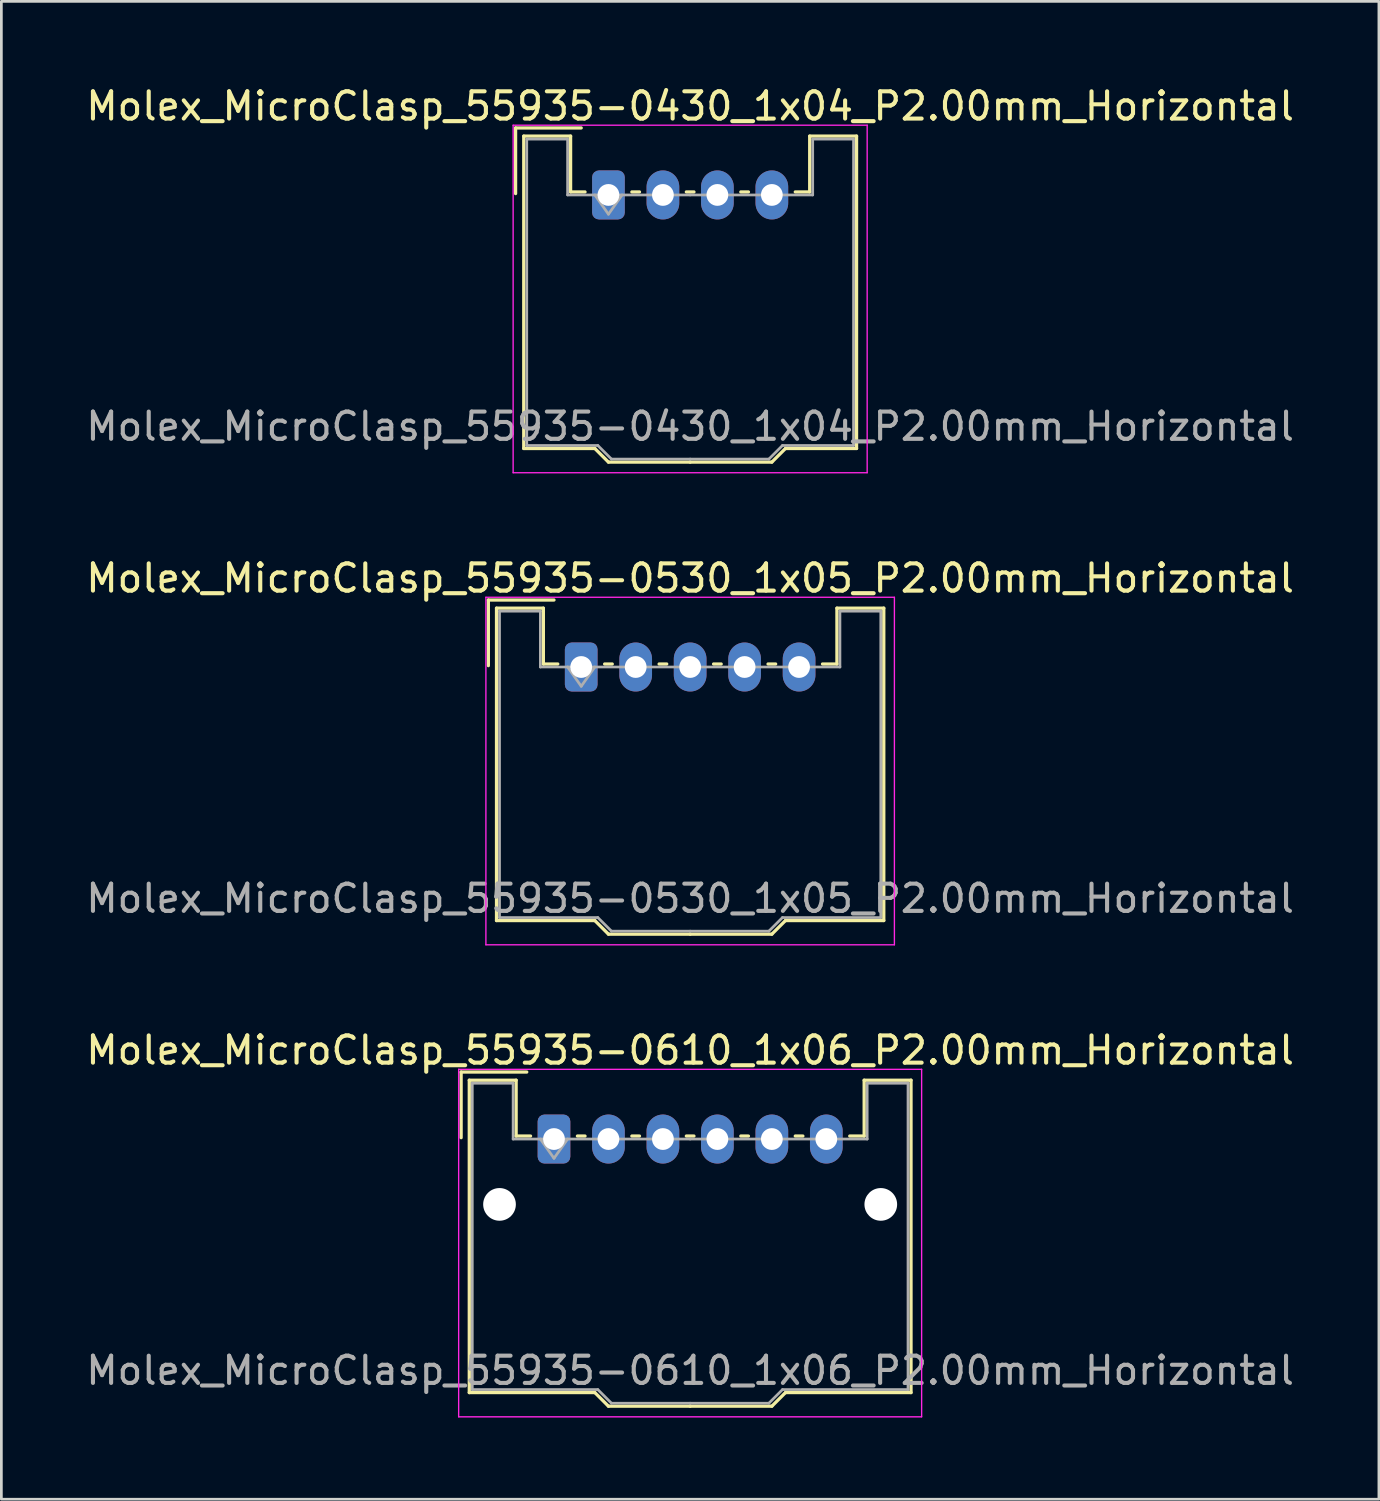
<source format=kicad_pcb>
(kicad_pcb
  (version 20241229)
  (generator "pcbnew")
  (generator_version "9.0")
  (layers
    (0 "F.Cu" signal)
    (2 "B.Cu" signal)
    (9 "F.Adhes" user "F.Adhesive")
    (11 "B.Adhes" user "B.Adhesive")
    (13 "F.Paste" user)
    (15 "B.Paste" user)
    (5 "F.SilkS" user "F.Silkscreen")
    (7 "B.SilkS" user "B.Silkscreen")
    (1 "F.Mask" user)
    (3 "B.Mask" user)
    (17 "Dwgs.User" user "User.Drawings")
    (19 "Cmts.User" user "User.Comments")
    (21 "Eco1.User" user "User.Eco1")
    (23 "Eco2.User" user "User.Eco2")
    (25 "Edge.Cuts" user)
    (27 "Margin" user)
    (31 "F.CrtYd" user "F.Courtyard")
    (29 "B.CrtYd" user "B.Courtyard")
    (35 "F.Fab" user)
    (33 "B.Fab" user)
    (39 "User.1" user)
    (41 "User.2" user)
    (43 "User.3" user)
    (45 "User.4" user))
  (footprint "Molex_MicroClasp_55935-0530_1x05_P2.00mm_Horizontal"
    (layer "F.Cu")
    (at 18.292 21.442)
    (property "Reference" "Molex_MicroClasp_55935-0530_1x05_P2.00mm_Horizontal" (at 4 -3.26 0) (layer "F.SilkS") (effects (font (size 1 1) (thickness 0.15))))
    (attr through_hole)
    (fp_line (start -3.41 -2.46) (end -1 -2.46) (stroke (width 0.12) (type solid)) (layer "F.SilkS"))
    (fp_line (start -3.41 -0.05) (end -3.41 -2.46) (stroke (width 0.12) (type solid)) (layer "F.SilkS"))
    (fp_line (start -3.11 -2.16) (end -1.39 -2.16) (stroke (width 0.12) (type solid)) (layer "F.SilkS"))
    (fp_line (start -3.11 9.31) (end -3.11 -2.16) (stroke (width 0.12) (type solid)) (layer "F.SilkS"))
    (fp_line (start -1.39 -2.16) (end -1.39 -0.11) (stroke (width 0.12) (type solid)) (layer "F.SilkS"))
    (fp_line (start -1.39 -0.11) (end -0.86 -0.11) (stroke (width 0.12) (type solid)) (layer "F.SilkS"))
    (fp_line (start 0.5 9.31) (end -3.11 9.31) (stroke (width 0.12) (type solid)) (layer "F.SilkS"))
    (fp_line (start 0.86 -0.11) (end 1.14 -0.11) (stroke (width 0.12) (type solid)) (layer "F.SilkS"))
    (fp_line (start 1 9.81) (end 0.5 9.31) (stroke (width 0.12) (type solid)) (layer "F.SilkS"))
    (fp_line (start 2.86 -0.11) (end 3.14 -0.11) (stroke (width 0.12) (type solid)) (layer "F.SilkS"))
    (fp_line (start 4 9.81) (end 1 9.81) (stroke (width 0.12) (type solid)) (layer "F.SilkS"))
    (fp_line (start 4 9.81) (end 7 9.81) (stroke (width 0.12) (type solid)) (layer "F.SilkS"))
    (fp_line (start 4.86 -0.11) (end 5.14 -0.11) (stroke (width 0.12) (type solid)) (layer "F.SilkS"))
    (fp_line (start 6.86 -0.11) (end 7.14 -0.11) (stroke (width 0.12) (type solid)) (layer "F.SilkS"))
    (fp_line (start 7 9.81) (end 7.5 9.31) (stroke (width 0.12) (type solid)) (layer "F.SilkS"))
    (fp_line (start 7.5 9.31) (end 11.11 9.31) (stroke (width 0.12) (type solid)) (layer "F.SilkS"))
    (fp_line (start 9.39 -2.16) (end 9.39 -0.11) (stroke (width 0.12) (type solid)) (layer "F.SilkS"))
    (fp_line (start 9.39 -0.11) (end 8.86 -0.11) (stroke (width 0.12) (type solid)) (layer "F.SilkS"))
    (fp_line (start 11.11 -2.16) (end 9.39 -2.16) (stroke (width 0.12) (type solid)) (layer "F.SilkS"))
    (fp_line (start 11.11 9.31) (end 11.11 -2.16) (stroke (width 0.12) (type solid)) (layer "F.SilkS"))
    (fp_line (start -3.5 -2.56) (end -3.5 10.2) (stroke (width 0.05) (type solid)) (layer "F.CrtYd"))
    (fp_line (start -3.5 10.2) (end 11.5 10.2) (stroke (width 0.05) (type solid)) (layer "F.CrtYd"))
    (fp_line (start 11.5 -2.56) (end -3.5 -2.56) (stroke (width 0.05) (type solid)) (layer "F.CrtYd"))
    (fp_line (start 11.5 10.2) (end 11.5 -2.56) (stroke (width 0.05) (type solid)) (layer "F.CrtYd"))
    (fp_line (start -3 -2.05) (end -1.5 -2.05) (stroke (width 0.1) (type solid)) (layer "F.Fab"))
    (fp_line (start -3 9.2) (end -3 -2.05) (stroke (width 0.1) (type solid)) (layer "F.Fab"))
    (fp_line (start -1.5 -2.05) (end -1.5 0) (stroke (width 0.1) (type solid)) (layer "F.Fab"))
    (fp_line (start -1.5 0) (end 4 0) (stroke (width 0.1) (type solid)) (layer "F.Fab"))
    (fp_line (start -0.5 0) (end 0 0.707) (stroke (width 0.1) (type solid)) (layer "F.Fab"))
    (fp_line (start 0 0.707) (end 0.5 0) (stroke (width 0.1) (type solid)) (layer "F.Fab"))
    (fp_line (start 0.61 9.2) (end -3 9.2) (stroke (width 0.1) (type solid)) (layer "F.Fab"))
    (fp_line (start 1.11 9.7) (end 0.61 9.2) (stroke (width 0.1) (type solid)) (layer "F.Fab"))
    (fp_line (start 4 9.7) (end 1.11 9.7) (stroke (width 0.1) (type solid)) (layer "F.Fab"))
    (fp_line (start 4 9.7) (end 6.89 9.7) (stroke (width 0.1) (type solid)) (layer "F.Fab"))
    (fp_line (start 6.89 9.7) (end 7.39 9.2) (stroke (width 0.1) (type solid)) (layer "F.Fab"))
    (fp_line (start 7.39 9.2) (end 11 9.2) (stroke (width 0.1) (type solid)) (layer "F.Fab"))
    (fp_line (start 9.5 -2.05) (end 9.5 0) (stroke (width 0.1) (type solid)) (layer "F.Fab"))
    (fp_line (start 9.5 0) (end 4 0) (stroke (width 0.1) (type solid)) (layer "F.Fab"))
    (fp_line (start 11 -2.05) (end 9.5 -2.05) (stroke (width 0.1) (type solid)) (layer "F.Fab"))
    (fp_line (start 11 9.2) (end 11 -2.05) (stroke (width 0.1) (type solid)) (layer "F.Fab"))
    (fp_text user "${REFERENCE}" (at 4 8.5 0) (layer "F.Fab") (effects (font (size 1 1) (thickness 0.15))))
    (pad "1" thru_hole roundrect (at 0 0) (size 1.2 1.8) (drill 0.8) (layers "*.Cu" "*.Mask") (roundrect_rratio 0.208))
    (pad "2" thru_hole oval (at 2 0) (size 1.2 1.8) (drill 0.8) (layers "*.Cu" "*.Mask"))
    (pad "3" thru_hole oval (at 4 0) (size 1.2 1.8) (drill 0.8) (layers "*.Cu" "*.Mask"))
    (pad "4" thru_hole oval (at 6 0) (size 1.2 1.8) (drill 0.8) (layers "*.Cu" "*.Mask"))
    (pad "5" thru_hole oval (at 8 0) (size 1.2 1.8) (drill 0.8) (layers "*.Cu" "*.Mask")))
  (footprint "Molex_MicroClasp_55935-0430_1x04_P2.00mm_Horizontal"
    (layer "F.Cu")
    (at 19.292 4.108)
    (property "Reference" "Molex_MicroClasp_55935-0430_1x04_P2.00mm_Horizontal" (at 3 -3.26 0) (layer "F.SilkS") (effects (font (size 1 1) (thickness 0.15))))
    (attr through_hole)
    (fp_line (start -3.41 -2.46) (end -1 -2.46) (stroke (width 0.12) (type solid)) (layer "F.SilkS"))
    (fp_line (start -3.41 -0.05) (end -3.41 -2.46) (stroke (width 0.12) (type solid)) (layer "F.SilkS"))
    (fp_line (start -3.11 -2.16) (end -1.39 -2.16) (stroke (width 0.12) (type solid)) (layer "F.SilkS"))
    (fp_line (start -3.11 9.31) (end -3.11 -2.16) (stroke (width 0.12) (type solid)) (layer "F.SilkS"))
    (fp_line (start -1.39 -2.16) (end -1.39 -0.11) (stroke (width 0.12) (type solid)) (layer "F.SilkS"))
    (fp_line (start -1.39 -0.11) (end -0.86 -0.11) (stroke (width 0.12) (type solid)) (layer "F.SilkS"))
    (fp_line (start -0.5 9.31) (end -3.11 9.31) (stroke (width 0.12) (type solid)) (layer "F.SilkS"))
    (fp_line (start 0 9.81) (end -0.5 9.31) (stroke (width 0.12) (type solid)) (layer "F.SilkS"))
    (fp_line (start 0.86 -0.11) (end 1.14 -0.11) (stroke (width 0.12) (type solid)) (layer "F.SilkS"))
    (fp_line (start 2.86 -0.11) (end 3.14 -0.11) (stroke (width 0.12) (type solid)) (layer "F.SilkS"))
    (fp_line (start 3 9.81) (end 0 9.81) (stroke (width 0.12) (type solid)) (layer "F.SilkS"))
    (fp_line (start 3 9.81) (end 6 9.81) (stroke (width 0.12) (type solid)) (layer "F.SilkS"))
    (fp_line (start 4.86 -0.11) (end 5.14 -0.11) (stroke (width 0.12) (type solid)) (layer "F.SilkS"))
    (fp_line (start 6 9.81) (end 6.5 9.31) (stroke (width 0.12) (type solid)) (layer "F.SilkS"))
    (fp_line (start 6.5 9.31) (end 9.11 9.31) (stroke (width 0.12) (type solid)) (layer "F.SilkS"))
    (fp_line (start 7.39 -2.16) (end 7.39 -0.11) (stroke (width 0.12) (type solid)) (layer "F.SilkS"))
    (fp_line (start 7.39 -0.11) (end 6.86 -0.11) (stroke (width 0.12) (type solid)) (layer "F.SilkS"))
    (fp_line (start 9.11 -2.16) (end 7.39 -2.16) (stroke (width 0.12) (type solid)) (layer "F.SilkS"))
    (fp_line (start 9.11 9.31) (end 9.11 -2.16) (stroke (width 0.12) (type solid)) (layer "F.SilkS"))
    (fp_line (start -3.5 -2.56) (end -3.5 10.2) (stroke (width 0.05) (type solid)) (layer "F.CrtYd"))
    (fp_line (start -3.5 10.2) (end 9.5 10.2) (stroke (width 0.05) (type solid)) (layer "F.CrtYd"))
    (fp_line (start 9.5 -2.56) (end -3.5 -2.56) (stroke (width 0.05) (type solid)) (layer "F.CrtYd"))
    (fp_line (start 9.5 10.2) (end 9.5 -2.56) (stroke (width 0.05) (type solid)) (layer "F.CrtYd"))
    (fp_line (start -3 -2.05) (end -1.5 -2.05) (stroke (width 0.1) (type solid)) (layer "F.Fab"))
    (fp_line (start -3 9.2) (end -3 -2.05) (stroke (width 0.1) (type solid)) (layer "F.Fab"))
    (fp_line (start -1.5 -2.05) (end -1.5 0) (stroke (width 0.1) (type solid)) (layer "F.Fab"))
    (fp_line (start -1.5 0) (end 3 0) (stroke (width 0.1) (type solid)) (layer "F.Fab"))
    (fp_line (start -0.5 0) (end 0 0.707) (stroke (width 0.1) (type solid)) (layer "F.Fab"))
    (fp_line (start -0.39 9.2) (end -3 9.2) (stroke (width 0.1) (type solid)) (layer "F.Fab"))
    (fp_line (start 0 0.707) (end 0.5 0) (stroke (width 0.1) (type solid)) (layer "F.Fab"))
    (fp_line (start 0.11 9.7) (end -0.39 9.2) (stroke (width 0.1) (type solid)) (layer "F.Fab"))
    (fp_line (start 3 9.7) (end 0.11 9.7) (stroke (width 0.1) (type solid)) (layer "F.Fab"))
    (fp_line (start 3 9.7) (end 5.89 9.7) (stroke (width 0.1) (type solid)) (layer "F.Fab"))
    (fp_line (start 5.89 9.7) (end 6.39 9.2) (stroke (width 0.1) (type solid)) (layer "F.Fab"))
    (fp_line (start 6.39 9.2) (end 9 9.2) (stroke (width 0.1) (type solid)) (layer "F.Fab"))
    (fp_line (start 7.5 -2.05) (end 7.5 0) (stroke (width 0.1) (type solid)) (layer "F.Fab"))
    (fp_line (start 7.5 0) (end 3 0) (stroke (width 0.1) (type solid)) (layer "F.Fab"))
    (fp_line (start 9 -2.05) (end 7.5 -2.05) (stroke (width 0.1) (type solid)) (layer "F.Fab"))
    (fp_line (start 9 9.2) (end 9 -2.05) (stroke (width 0.1) (type solid)) (layer "F.Fab"))
    (fp_text user "${REFERENCE}" (at 3 8.5 0) (layer "F.Fab") (effects (font (size 1 1) (thickness 0.15))))
    (pad "1" thru_hole roundrect (at 0 0) (size 1.2 1.8) (drill 0.8) (layers "*.Cu" "*.Mask") (roundrect_rratio 0.208))
    (pad "2" thru_hole oval (at 2 0) (size 1.2 1.8) (drill 0.8) (layers "*.Cu" "*.Mask"))
    (pad "3" thru_hole oval (at 4 0) (size 1.2 1.8) (drill 0.8) (layers "*.Cu" "*.Mask"))
    (pad "4" thru_hole oval (at 6 0) (size 1.2 1.8) (drill 0.8) (layers "*.Cu" "*.Mask")))
  (footprint "Molex_MicroClasp_55935-0610_1x06_P2.00mm_Horizontal"
    (layer "F.Cu")
    (at 17.292 38.775)
    (property "Reference" "Molex_MicroClasp_55935-0610_1x06_P2.00mm_Horizontal" (at 5 -3.26 0) (layer "F.SilkS") (effects (font (size 1 1) (thickness 0.15))))
    (attr through_hole)
    (fp_line (start -3.41 -2.46) (end -1 -2.46) (stroke (width 0.12) (type solid)) (layer "F.SilkS"))
    (fp_line (start -3.41 -0.05) (end -3.41 -2.46) (stroke (width 0.12) (type solid)) (layer "F.SilkS"))
    (fp_line (start -3.11 -2.16) (end -1.39 -2.16) (stroke (width 0.12) (type solid)) (layer "F.SilkS"))
    (fp_line (start -3.11 9.31) (end -3.11 -2.16) (stroke (width 0.12) (type solid)) (layer "F.SilkS"))
    (fp_line (start -1.39 -2.16) (end -1.39 -0.11) (stroke (width 0.12) (type solid)) (layer "F.SilkS"))
    (fp_line (start -1.39 -0.11) (end -0.86 -0.11) (stroke (width 0.12) (type solid)) (layer "F.SilkS"))
    (fp_line (start 0.86 -0.11) (end 1.14 -0.11) (stroke (width 0.12) (type solid)) (layer "F.SilkS"))
    (fp_line (start 1.5 9.31) (end -3.11 9.31) (stroke (width 0.12) (type solid)) (layer "F.SilkS"))
    (fp_line (start 2 9.81) (end 1.5 9.31) (stroke (width 0.12) (type solid)) (layer "F.SilkS"))
    (fp_line (start 2.86 -0.11) (end 3.14 -0.11) (stroke (width 0.12) (type solid)) (layer "F.SilkS"))
    (fp_line (start 4.86 -0.11) (end 5.14 -0.11) (stroke (width 0.12) (type solid)) (layer "F.SilkS"))
    (fp_line (start 5 9.81) (end 2 9.81) (stroke (width 0.12) (type solid)) (layer "F.SilkS"))
    (fp_line (start 5 9.81) (end 8 9.81) (stroke (width 0.12) (type solid)) (layer "F.SilkS"))
    (fp_line (start 6.86 -0.11) (end 7.14 -0.11) (stroke (width 0.12) (type solid)) (layer "F.SilkS"))
    (fp_line (start 8 9.81) (end 8.5 9.31) (stroke (width 0.12) (type solid)) (layer "F.SilkS"))
    (fp_line (start 8.5 9.31) (end 13.11 9.31) (stroke (width 0.12) (type solid)) (layer "F.SilkS"))
    (fp_line (start 8.86 -0.11) (end 9.14 -0.11) (stroke (width 0.12) (type solid)) (layer "F.SilkS"))
    (fp_line (start 11.39 -2.16) (end 11.39 -0.11) (stroke (width 0.12) (type solid)) (layer "F.SilkS"))
    (fp_line (start 11.39 -0.11) (end 10.86 -0.11) (stroke (width 0.12) (type solid)) (layer "F.SilkS"))
    (fp_line (start 13.11 -2.16) (end 11.39 -2.16) (stroke (width 0.12) (type solid)) (layer "F.SilkS"))
    (fp_line (start 13.11 9.31) (end 13.11 -2.16) (stroke (width 0.12) (type solid)) (layer "F.SilkS"))
    (fp_line (start -3.5 -2.56) (end -3.5 10.2) (stroke (width 0.05) (type solid)) (layer "F.CrtYd"))
    (fp_line (start -3.5 10.2) (end 13.5 10.2) (stroke (width 0.05) (type solid)) (layer "F.CrtYd"))
    (fp_line (start 13.5 -2.56) (end -3.5 -2.56) (stroke (width 0.05) (type solid)) (layer "F.CrtYd"))
    (fp_line (start 13.5 10.2) (end 13.5 -2.56) (stroke (width 0.05) (type solid)) (layer "F.CrtYd"))
    (fp_line (start -3 -2.05) (end -1.5 -2.05) (stroke (width 0.1) (type solid)) (layer "F.Fab"))
    (fp_line (start -3 9.2) (end -3 -2.05) (stroke (width 0.1) (type solid)) (layer "F.Fab"))
    (fp_line (start -1.5 -2.05) (end -1.5 0) (stroke (width 0.1) (type solid)) (layer "F.Fab"))
    (fp_line (start -1.5 0) (end 5 0) (stroke (width 0.1) (type solid)) (layer "F.Fab"))
    (fp_line (start -0.5 0) (end 0 0.707) (stroke (width 0.1) (type solid)) (layer "F.Fab"))
    (fp_line (start 0 0.707) (end 0.5 0) (stroke (width 0.1) (type solid)) (layer "F.Fab"))
    (fp_line (start 1.61 9.2) (end -3 9.2) (stroke (width 0.1) (type solid)) (layer "F.Fab"))
    (fp_line (start 2.11 9.7) (end 1.61 9.2) (stroke (width 0.1) (type solid)) (layer "F.Fab"))
    (fp_line (start 5 9.7) (end 2.11 9.7) (stroke (width 0.1) (type solid)) (layer "F.Fab"))
    (fp_line (start 5 9.7) (end 7.89 9.7) (stroke (width 0.1) (type solid)) (layer "F.Fab"))
    (fp_line (start 7.89 9.7) (end 8.39 9.2) (stroke (width 0.1) (type solid)) (layer "F.Fab"))
    (fp_line (start 8.39 9.2) (end 13 9.2) (stroke (width 0.1) (type solid)) (layer "F.Fab"))
    (fp_line (start 11.5 -2.05) (end 11.5 0) (stroke (width 0.1) (type solid)) (layer "F.Fab"))
    (fp_line (start 11.5 0) (end 5 0) (stroke (width 0.1) (type solid)) (layer "F.Fab"))
    (fp_line (start 13 -2.05) (end 11.5 -2.05) (stroke (width 0.1) (type solid)) (layer "F.Fab"))
    (fp_line (start 13 9.2) (end 13 -2.05) (stroke (width 0.1) (type solid)) (layer "F.Fab"))
    (fp_text user "${REFERENCE}" (at 5 8.5 0) (layer "F.Fab") (effects (font (size 1 1) (thickness 0.15))))
    (pad "" np_thru_hole circle (at -2 2.4) (size 1.2 1.2) (drill 1.2) (layers "*.Cu" "*.Mask"))
    (pad "" np_thru_hole circle (at 12 2.4) (size 1.2 1.2) (drill 1.2) (layers "*.Cu" "*.Mask"))
    (pad "1" thru_hole roundrect (at 0 0) (size 1.2 1.8) (drill 0.8) (layers "*.Cu" "*.Mask") (roundrect_rratio 0.208))
    (pad "2" thru_hole oval (at 2 0) (size 1.2 1.8) (drill 0.8) (layers "*.Cu" "*.Mask"))
    (pad "3" thru_hole oval (at 4 0) (size 1.2 1.8) (drill 0.8) (layers "*.Cu" "*.Mask"))
    (pad "4" thru_hole oval (at 6 0) (size 1.2 1.8) (drill 0.8) (layers "*.Cu" "*.Mask"))
    (pad "5" thru_hole oval (at 8 0) (size 1.2 1.8) (drill 0.8) (layers "*.Cu" "*.Mask"))
    (pad "6" thru_hole oval (at 10 0) (size 1.2 1.8) (drill 0.8) (layers "*.Cu" "*.Mask")))
  (gr_rect
    (start -3 -3)
    (end 47.583 52)
    (stroke (width 0.1) (type default))
    (fill no)
    (layer "Edge.Cuts")))
</source>
